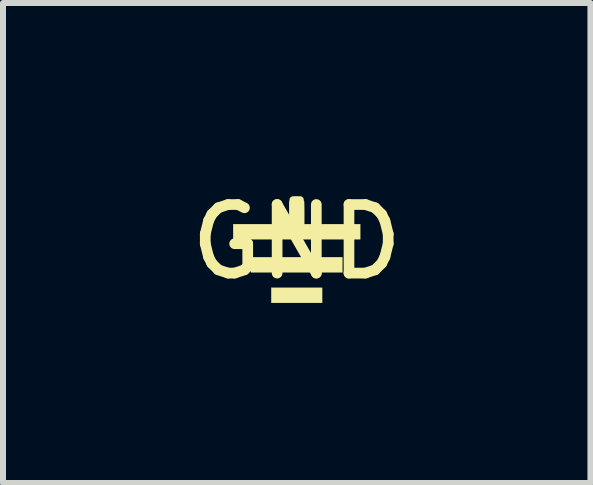
<source format=kicad_pcb>
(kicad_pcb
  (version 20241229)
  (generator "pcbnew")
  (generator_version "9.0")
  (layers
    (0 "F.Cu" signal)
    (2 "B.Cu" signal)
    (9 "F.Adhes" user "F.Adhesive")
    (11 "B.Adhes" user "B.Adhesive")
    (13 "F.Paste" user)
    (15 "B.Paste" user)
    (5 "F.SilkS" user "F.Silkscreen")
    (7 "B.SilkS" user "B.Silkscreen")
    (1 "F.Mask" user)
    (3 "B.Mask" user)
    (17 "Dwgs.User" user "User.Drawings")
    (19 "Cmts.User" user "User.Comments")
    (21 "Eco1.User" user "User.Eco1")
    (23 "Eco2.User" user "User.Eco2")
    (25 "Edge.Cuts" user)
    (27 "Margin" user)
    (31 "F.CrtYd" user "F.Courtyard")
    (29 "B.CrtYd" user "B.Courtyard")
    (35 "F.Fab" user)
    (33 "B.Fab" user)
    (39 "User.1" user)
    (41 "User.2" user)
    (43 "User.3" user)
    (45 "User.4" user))
  (footprint "GND"
    (layer "F.Cu")
    (at 1.894 0.981)
    (property "Reference" "GND" (at 0 0 0) (layer "F.SilkS") (effects (font (size 1.143 1.143) (thickness 0.178))))
    (attr through_hole)
    (fp_poly (pts (xy 0.424 1.016) (xy 0 1.016) (xy -0.424 1.016) (xy -0.424 0.889) (xy -0.424 0.762) (xy 0 0.762) (xy 0.424 0.762) (xy 0.424 0.889) (xy 0.424 1.016)) (stroke (width 0.003) (type solid)) (fill yes) (layer "F.SilkS"))
    (fp_poly (pts (xy 0.762 0.508) (xy 0 0.508) (xy -0.762 0.508) (xy -0.762 0.381) (xy -0.762 0.254) (xy 0 0.254) (xy 0.762 0.254) (xy 0.762 0.381) (xy 0.762 0.508)) (stroke (width 0.003) (type solid)) (fill yes) (layer "F.SilkS"))
    (fp_poly (pts (xy 1.059 -0.043) (xy 0 -0.043) (xy -1.059 -0.043) (xy -1.059 -0.17) (xy -1.059 -0.297) (xy -0.594 -0.297) (xy -0.127 -0.297) (xy -0.127 -0.531) (xy -0.127 -0.663) (xy -0.112 -0.732) (xy -0.076 -0.759) (xy -0.003 -0.762) (xy 0 -0.762) (xy 0.074 -0.759) (xy 0.109 -0.734) (xy 0.124 -0.665) (xy 0.127 -0.533) (xy 0.127 -0.531) (xy 0.127 -0.297) (xy 0.592 -0.297) (xy 1.059 -0.297) (xy 1.059 -0.17) (xy 1.059 -0.043)) (stroke (width 0.003) (type solid)) (fill yes) (layer "F.SilkS")))
  (gr_rect
    (start -3 -3)
    (end 6.788 4.998)
    (stroke (width 0.1) (type default))
    (fill no)
    (layer "Edge.Cuts")))
</source>
